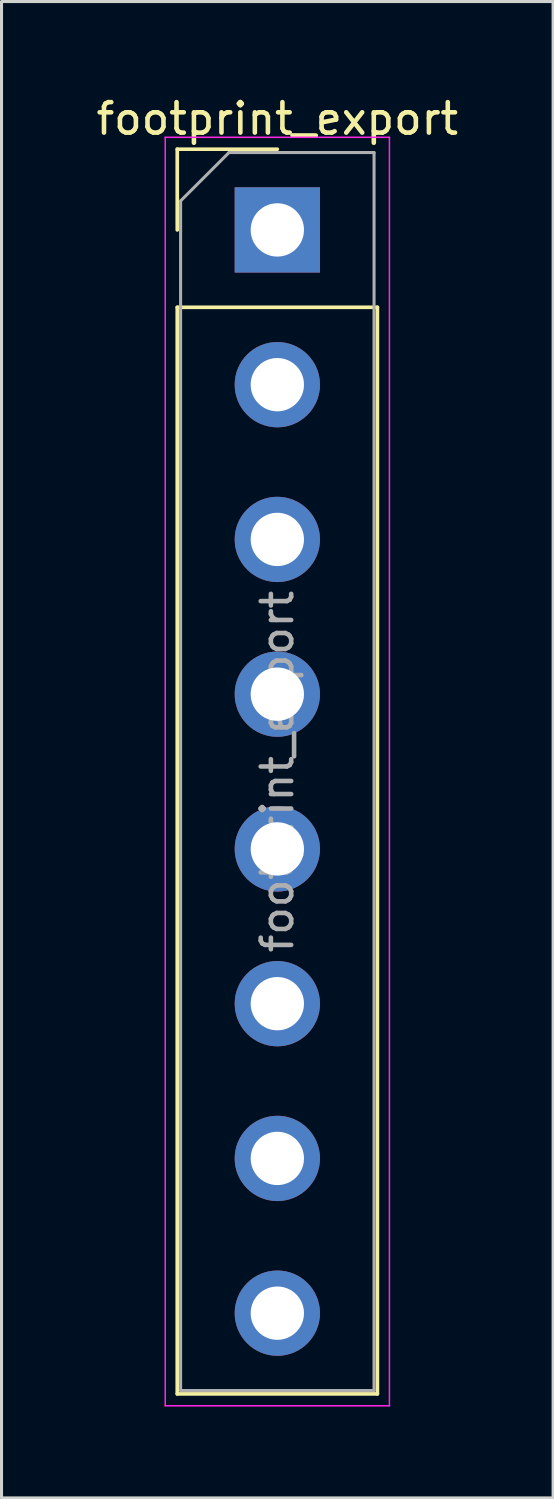
<source format=kicad_pcb>
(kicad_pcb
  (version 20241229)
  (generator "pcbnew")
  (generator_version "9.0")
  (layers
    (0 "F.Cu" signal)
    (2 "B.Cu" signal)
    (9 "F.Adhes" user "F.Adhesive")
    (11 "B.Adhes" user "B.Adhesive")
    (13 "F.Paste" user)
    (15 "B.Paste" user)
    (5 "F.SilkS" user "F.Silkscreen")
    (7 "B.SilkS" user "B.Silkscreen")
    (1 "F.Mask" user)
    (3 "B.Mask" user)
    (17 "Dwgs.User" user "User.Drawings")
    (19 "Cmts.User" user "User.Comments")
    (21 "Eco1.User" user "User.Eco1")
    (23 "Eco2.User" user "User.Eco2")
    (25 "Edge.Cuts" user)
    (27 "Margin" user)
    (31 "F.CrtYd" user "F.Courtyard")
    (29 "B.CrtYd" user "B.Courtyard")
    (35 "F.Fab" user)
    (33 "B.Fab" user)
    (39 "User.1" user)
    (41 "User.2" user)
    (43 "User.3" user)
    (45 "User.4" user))
  (footprint "footprint_export"
    (layer "F.Cu")
    (at 6.054 4.498)
    (property "Reference" "footprint_export" (at 0 -3.65 0) (layer "F.SilkS") (effects (font (size 1 1) (thickness 0.15))))
    (attr through_hole)
    (fp_line (start -3.285 -2.65) (end 0 -2.65) (stroke (width 0.12) (type solid)) (layer "F.SilkS"))
    (fp_line (start -3.285 0) (end -3.285 -2.65) (stroke (width 0.12) (type solid)) (layer "F.SilkS"))
    (fp_line (start -3.285 2.54) (end -3.285 38.21) (stroke (width 0.12) (type solid)) (layer "F.SilkS"))
    (fp_line (start -3.285 2.54) (end 3.285 2.54) (stroke (width 0.12) (type solid)) (layer "F.SilkS"))
    (fp_line (start -3.285 38.21) (end 3.285 38.21) (stroke (width 0.12) (type solid)) (layer "F.SilkS"))
    (fp_line (start 3.285 2.54) (end 3.285 38.21) (stroke (width 0.12) (type solid)) (layer "F.SilkS"))
    (fp_line (start -3.68 -3.04) (end -3.68 38.6) (stroke (width 0.05) (type solid)) (layer "F.CrtYd"))
    (fp_line (start -3.68 38.6) (end 3.68 38.6) (stroke (width 0.05) (type solid)) (layer "F.CrtYd"))
    (fp_line (start 3.68 -3.04) (end -3.68 -3.04) (stroke (width 0.05) (type solid)) (layer "F.CrtYd"))
    (fp_line (start 3.68 38.6) (end 3.68 -3.04) (stroke (width 0.05) (type solid)) (layer "F.CrtYd"))
    (fp_line (start -3.175 -0.953) (end -1.587 -2.54) (stroke (width 0.1) (type solid)) (layer "F.Fab"))
    (fp_line (start -3.175 38.1) (end -3.175 -0.953) (stroke (width 0.1) (type solid)) (layer "F.Fab"))
    (fp_line (start -1.587 -2.54) (end 3.175 -2.54) (stroke (width 0.1) (type solid)) (layer "F.Fab"))
    (fp_line (start 3.175 -2.54) (end 3.175 38.1) (stroke (width 0.1) (type solid)) (layer "F.Fab"))
    (fp_line (start 3.175 38.1) (end -3.175 38.1) (stroke (width 0.1) (type solid)) (layer "F.Fab"))
    (fp_text user "${REFERENCE}" (at 0 17.78 90) (layer "F.Fab") (effects (font (size 1 1) (thickness 0.15))))
    (pad "1" thru_hole rect (at 0 0) (size 2.8 2.8) (drill 1.75) (layers "*.Cu" "*.Mask"))
    (pad "2" thru_hole circle (at 0 5.08) (size 2.8 2.8) (drill 1.75) (layers "*.Cu" "*.Mask"))
    (pad "3" thru_hole circle (at 0 10.16) (size 2.8 2.8) (drill 1.75) (layers "*.Cu" "*.Mask"))
    (pad "4" thru_hole circle (at 0 15.24) (size 2.8 2.8) (drill 1.75) (layers "*.Cu" "*.Mask"))
    (pad "5" thru_hole circle (at 0 20.32) (size 2.8 2.8) (drill 1.75) (layers "*.Cu" "*.Mask"))
    (pad "6" thru_hole circle (at 0 25.4) (size 2.8 2.8) (drill 1.75) (layers "*.Cu" "*.Mask"))
    (pad "7" thru_hole circle (at 0 30.48) (size 2.8 2.8) (drill 1.75) (layers "*.Cu" "*.Mask"))
    (pad "8" thru_hole circle (at 0 35.56) (size 2.8 2.8) (drill 1.75) (layers "*.Cu" "*.Mask")))
  (gr_rect
    (start -3 -3)
    (end 15.107 46.123)
    (stroke (width 0.1) (type default))
    (fill no)
    (layer "Edge.Cuts")))
</source>
